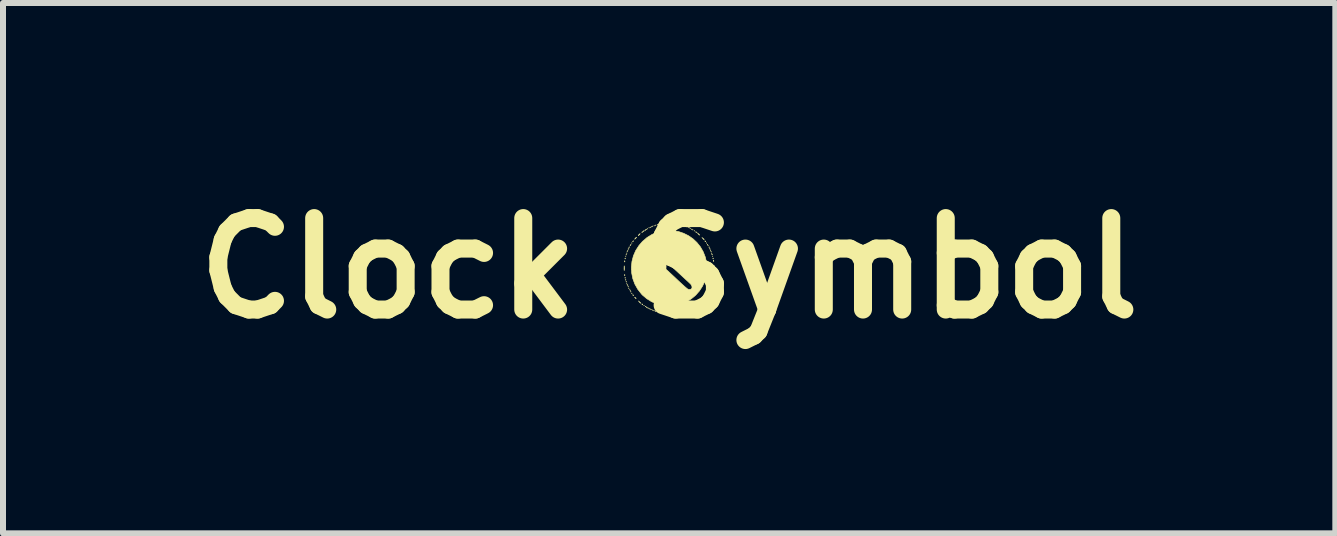
<source format=kicad_pcb>
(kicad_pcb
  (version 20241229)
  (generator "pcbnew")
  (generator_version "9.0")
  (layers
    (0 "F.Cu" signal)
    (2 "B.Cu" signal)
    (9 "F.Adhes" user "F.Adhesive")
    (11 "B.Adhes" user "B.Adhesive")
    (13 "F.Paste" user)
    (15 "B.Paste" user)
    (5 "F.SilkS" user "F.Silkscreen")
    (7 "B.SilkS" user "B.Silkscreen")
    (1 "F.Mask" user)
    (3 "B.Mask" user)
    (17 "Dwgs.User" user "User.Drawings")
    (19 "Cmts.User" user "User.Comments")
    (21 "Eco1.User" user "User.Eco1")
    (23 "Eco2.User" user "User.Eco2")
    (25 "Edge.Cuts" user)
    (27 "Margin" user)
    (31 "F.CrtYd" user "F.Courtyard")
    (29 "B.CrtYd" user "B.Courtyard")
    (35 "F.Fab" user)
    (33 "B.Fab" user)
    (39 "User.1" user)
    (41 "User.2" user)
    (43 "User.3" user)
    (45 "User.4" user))
  (footprint "Clock Symbol"
    (layer "F.Cu")
    (at 8.099 1.418)
    (property "Reference" "Clock Symbol" (at 0 0 0) (layer "F.SilkS") (effects (font (size 1.524 1.524) (thickness 0.3))))
    (attr through_hole)
    (fp_poly (pts (xy -0.72 -0.199) (xy -0.724 -0.195) (xy -0.728 -0.199) (xy -0.724 -0.203) (xy -0.72 -0.199)) (stroke (width 0.01) (type solid)) (fill yes) (layer "F.SilkS"))
    (fp_poly (pts (xy -0.711 -0.224) (xy -0.715 -0.22) (xy -0.72 -0.224) (xy -0.715 -0.229) (xy -0.711 -0.224)) (stroke (width 0.01) (type solid)) (fill yes) (layer "F.SilkS"))
    (fp_poly (pts (xy -0.711 0.224) (xy -0.715 0.229) (xy -0.72 0.224) (xy -0.715 0.22) (xy -0.711 0.224)) (stroke (width 0.01) (type solid)) (fill yes) (layer "F.SilkS"))
    (fp_poly (pts (xy -0.703 -0.25) (xy -0.707 -0.246) (xy -0.711 -0.25) (xy -0.707 -0.254) (xy -0.703 -0.25)) (stroke (width 0.01) (type solid)) (fill yes) (layer "F.SilkS"))
    (fp_poly (pts (xy -0.703 0.25) (xy -0.707 0.254) (xy -0.711 0.25) (xy -0.707 0.246) (xy -0.703 0.25)) (stroke (width 0.01) (type solid)) (fill yes) (layer "F.SilkS"))
    (fp_poly (pts (xy -0.694 -0.275) (xy -0.699 -0.271) (xy -0.703 -0.275) (xy -0.699 -0.279) (xy -0.694 -0.275)) (stroke (width 0.01) (type solid)) (fill yes) (layer "F.SilkS"))
    (fp_poly (pts (xy -0.694 0.275) (xy -0.699 0.279) (xy -0.703 0.275) (xy -0.699 0.271) (xy -0.694 0.275)) (stroke (width 0.01) (type solid)) (fill yes) (layer "F.SilkS"))
    (fp_poly (pts (xy -0.686 -0.292) (xy -0.69 -0.288) (xy -0.694 -0.292) (xy -0.69 -0.296) (xy -0.686 -0.292)) (stroke (width 0.01) (type solid)) (fill yes) (layer "F.SilkS"))
    (fp_poly (pts (xy -0.686 0.292) (xy -0.69 0.296) (xy -0.694 0.292) (xy -0.69 0.288) (xy -0.686 0.292)) (stroke (width 0.01) (type solid)) (fill yes) (layer "F.SilkS"))
    (fp_poly (pts (xy -0.677 -0.318) (xy -0.682 -0.313) (xy -0.686 -0.318) (xy -0.682 -0.322) (xy -0.677 -0.318)) (stroke (width 0.01) (type solid)) (fill yes) (layer "F.SilkS"))
    (fp_poly (pts (xy -0.677 0.309) (xy -0.682 0.313) (xy -0.686 0.309) (xy -0.682 0.305) (xy -0.677 0.309)) (stroke (width 0.01) (type solid)) (fill yes) (layer "F.SilkS"))
    (fp_poly (pts (xy -0.669 -0.334) (xy -0.673 -0.33) (xy -0.677 -0.334) (xy -0.673 -0.339) (xy -0.669 -0.334)) (stroke (width 0.01) (type solid)) (fill yes) (layer "F.SilkS"))
    (fp_poly (pts (xy -0.669 0.334) (xy -0.673 0.339) (xy -0.677 0.334) (xy -0.673 0.33) (xy -0.669 0.334)) (stroke (width 0.01) (type solid)) (fill yes) (layer "F.SilkS"))
    (fp_poly (pts (xy -0.66 -0.351) (xy -0.665 -0.347) (xy -0.669 -0.351) (xy -0.665 -0.356) (xy -0.66 -0.351)) (stroke (width 0.01) (type solid)) (fill yes) (layer "F.SilkS"))
    (fp_poly (pts (xy -0.652 0.36) (xy -0.656 0.364) (xy -0.66 0.36) (xy -0.656 0.356) (xy -0.652 0.36)) (stroke (width 0.01) (type solid)) (fill yes) (layer "F.SilkS"))
    (fp_poly (pts (xy -0.643 -0.377) (xy -0.648 -0.373) (xy -0.652 -0.377) (xy -0.648 -0.381) (xy -0.643 -0.377)) (stroke (width 0.01) (type solid)) (fill yes) (layer "F.SilkS"))
    (fp_poly (pts (xy -0.643 0.377) (xy -0.648 0.381) (xy -0.652 0.377) (xy -0.648 0.373) (xy -0.643 0.377)) (stroke (width 0.01) (type solid)) (fill yes) (layer "F.SilkS"))
    (fp_poly (pts (xy -0.635 -0.394) (xy -0.639 -0.389) (xy -0.643 -0.394) (xy -0.639 -0.398) (xy -0.635 -0.394)) (stroke (width 0.01) (type solid)) (fill yes) (layer "F.SilkS"))
    (fp_poly (pts (xy -0.635 0.394) (xy -0.639 0.398) (xy -0.643 0.394) (xy -0.639 0.389) (xy -0.635 0.394)) (stroke (width 0.01) (type solid)) (fill yes) (layer "F.SilkS"))
    (fp_poly (pts (xy -0.618 -0.419) (xy -0.622 -0.415) (xy -0.627 -0.419) (xy -0.622 -0.423) (xy -0.618 -0.419)) (stroke (width 0.01) (type solid)) (fill yes) (layer "F.SilkS"))
    (fp_poly (pts (xy -0.618 0.419) (xy -0.622 0.423) (xy -0.627 0.419) (xy -0.622 0.415) (xy -0.618 0.419)) (stroke (width 0.01) (type solid)) (fill yes) (layer "F.SilkS"))
    (fp_poly (pts (xy -0.415 0.622) (xy -0.419 0.627) (xy -0.423 0.622) (xy -0.419 0.618) (xy -0.415 0.622)) (stroke (width 0.01) (type solid)) (fill yes) (layer "F.SilkS"))
    (fp_poly (pts (xy -0.389 0.639) (xy -0.394 0.643) (xy -0.398 0.639) (xy -0.394 0.635) (xy -0.389 0.639)) (stroke (width 0.01) (type solid)) (fill yes) (layer "F.SilkS"))
    (fp_poly (pts (xy -0.373 -0.648) (xy -0.377 -0.643) (xy -0.381 -0.648) (xy -0.377 -0.652) (xy -0.373 -0.648)) (stroke (width 0.01) (type solid)) (fill yes) (layer "F.SilkS"))
    (fp_poly (pts (xy -0.356 -0.656) (xy -0.36 -0.652) (xy -0.364 -0.656) (xy -0.36 -0.66) (xy -0.356 -0.656)) (stroke (width 0.01) (type solid)) (fill yes) (layer "F.SilkS"))
    (fp_poly (pts (xy -0.347 0.665) (xy -0.351 0.669) (xy -0.356 0.665) (xy -0.351 0.66) (xy -0.347 0.665)) (stroke (width 0.01) (type solid)) (fill yes) (layer "F.SilkS"))
    (fp_poly (pts (xy -0.33 -0.673) (xy -0.334 -0.669) (xy -0.339 -0.673) (xy -0.334 -0.677) (xy -0.33 -0.673)) (stroke (width 0.01) (type solid)) (fill yes) (layer "F.SilkS"))
    (fp_poly (pts (xy -0.33 0.673) (xy -0.334 0.677) (xy -0.339 0.673) (xy -0.334 0.669) (xy -0.33 0.673)) (stroke (width 0.01) (type solid)) (fill yes) (layer "F.SilkS"))
    (fp_poly (pts (xy -0.313 0.682) (xy -0.318 0.686) (xy -0.322 0.682) (xy -0.318 0.677) (xy -0.313 0.682)) (stroke (width 0.01) (type solid)) (fill yes) (layer "F.SilkS"))
    (fp_poly (pts (xy -0.305 -0.682) (xy -0.309 -0.677) (xy -0.313 -0.682) (xy -0.309 -0.686) (xy -0.305 -0.682)) (stroke (width 0.01) (type solid)) (fill yes) (layer "F.SilkS"))
    (fp_poly (pts (xy -0.296 0.69) (xy -0.301 0.694) (xy -0.305 0.69) (xy -0.301 0.686) (xy -0.296 0.69)) (stroke (width 0.01) (type solid)) (fill yes) (layer "F.SilkS"))
    (fp_poly (pts (xy -0.288 -0.69) (xy -0.292 -0.686) (xy -0.296 -0.69) (xy -0.292 -0.694) (xy -0.288 -0.69)) (stroke (width 0.01) (type solid)) (fill yes) (layer "F.SilkS"))
    (fp_poly (pts (xy -0.271 -0.699) (xy -0.275 -0.694) (xy -0.279 -0.699) (xy -0.275 -0.703) (xy -0.271 -0.699)) (stroke (width 0.01) (type solid)) (fill yes) (layer "F.SilkS"))
    (fp_poly (pts (xy -0.271 0.699) (xy -0.275 0.703) (xy -0.279 0.699) (xy -0.275 0.694) (xy -0.271 0.699)) (stroke (width 0.01) (type solid)) (fill yes) (layer "F.SilkS"))
    (fp_poly (pts (xy -0.246 -0.707) (xy -0.25 -0.703) (xy -0.254 -0.707) (xy -0.25 -0.711) (xy -0.246 -0.707)) (stroke (width 0.01) (type solid)) (fill yes) (layer "F.SilkS"))
    (fp_poly (pts (xy -0.22 -0.715) (xy -0.224 -0.711) (xy -0.229 -0.715) (xy -0.224 -0.72) (xy -0.22 -0.715)) (stroke (width 0.01) (type solid)) (fill yes) (layer "F.SilkS"))
    (fp_poly (pts (xy -0.195 0.724) (xy -0.199 0.728) (xy -0.203 0.724) (xy -0.199 0.72) (xy -0.195 0.724)) (stroke (width 0.01) (type solid)) (fill yes) (layer "F.SilkS"))
    (fp_poly (pts (xy 0.203 -0.724) (xy 0.199 -0.72) (xy 0.195 -0.724) (xy 0.199 -0.728) (xy 0.203 -0.724)) (stroke (width 0.01) (type solid)) (fill yes) (layer "F.SilkS"))
    (fp_poly (pts (xy 0.203 0.724) (xy 0.199 0.728) (xy 0.195 0.724) (xy 0.199 0.72) (xy 0.203 0.724)) (stroke (width 0.01) (type solid)) (fill yes) (layer "F.SilkS"))
    (fp_poly (pts (xy 0.229 -0.715) (xy 0.224 -0.711) (xy 0.22 -0.715) (xy 0.224 -0.72) (xy 0.229 -0.715)) (stroke (width 0.01) (type solid)) (fill yes) (layer "F.SilkS"))
    (fp_poly (pts (xy 0.254 -0.707) (xy 0.25 -0.703) (xy 0.246 -0.707) (xy 0.25 -0.711) (xy 0.254 -0.707)) (stroke (width 0.01) (type solid)) (fill yes) (layer "F.SilkS"))
    (fp_poly (pts (xy 0.254 0.707) (xy 0.25 0.711) (xy 0.246 0.707) (xy 0.25 0.703) (xy 0.254 0.707)) (stroke (width 0.01) (type solid)) (fill yes) (layer "F.SilkS"))
    (fp_poly (pts (xy 0.279 -0.699) (xy 0.275 -0.694) (xy 0.271 -0.699) (xy 0.275 -0.703) (xy 0.279 -0.699)) (stroke (width 0.01) (type solid)) (fill yes) (layer "F.SilkS"))
    (fp_poly (pts (xy 0.279 0.699) (xy 0.275 0.703) (xy 0.271 0.699) (xy 0.275 0.694) (xy 0.279 0.699)) (stroke (width 0.01) (type solid)) (fill yes) (layer "F.SilkS"))
    (fp_poly (pts (xy 0.296 -0.69) (xy 0.292 -0.686) (xy 0.288 -0.69) (xy 0.292 -0.694) (xy 0.296 -0.69)) (stroke (width 0.01) (type solid)) (fill yes) (layer "F.SilkS"))
    (fp_poly (pts (xy 0.296 0.69) (xy 0.292 0.694) (xy 0.288 0.69) (xy 0.292 0.686) (xy 0.296 0.69)) (stroke (width 0.01) (type solid)) (fill yes) (layer "F.SilkS"))
    (fp_poly (pts (xy 0.322 -0.682) (xy 0.318 -0.677) (xy 0.313 -0.682) (xy 0.318 -0.686) (xy 0.322 -0.682)) (stroke (width 0.01) (type solid)) (fill yes) (layer "F.SilkS"))
    (fp_poly (pts (xy 0.322 0.682) (xy 0.318 0.686) (xy 0.313 0.682) (xy 0.318 0.677) (xy 0.322 0.682)) (stroke (width 0.01) (type solid)) (fill yes) (layer "F.SilkS"))
    (fp_poly (pts (xy 0.339 -0.673) (xy 0.334 -0.669) (xy 0.33 -0.673) (xy 0.334 -0.677) (xy 0.339 -0.673)) (stroke (width 0.01) (type solid)) (fill yes) (layer "F.SilkS"))
    (fp_poly (pts (xy 0.339 0.673) (xy 0.334 0.677) (xy 0.33 0.673) (xy 0.334 0.669) (xy 0.339 0.673)) (stroke (width 0.01) (type solid)) (fill yes) (layer "F.SilkS"))
    (fp_poly (pts (xy 0.356 -0.665) (xy 0.351 -0.66) (xy 0.347 -0.665) (xy 0.351 -0.669) (xy 0.356 -0.665)) (stroke (width 0.01) (type solid)) (fill yes) (layer "F.SilkS"))
    (fp_poly (pts (xy 0.356 0.665) (xy 0.351 0.669) (xy 0.347 0.665) (xy 0.351 0.66) (xy 0.356 0.665)) (stroke (width 0.01) (type solid)) (fill yes) (layer "F.SilkS"))
    (fp_poly (pts (xy 0.381 -0.648) (xy 0.377 -0.643) (xy 0.373 -0.648) (xy 0.377 -0.652) (xy 0.381 -0.648)) (stroke (width 0.01) (type solid)) (fill yes) (layer "F.SilkS"))
    (fp_poly (pts (xy 0.381 0.648) (xy 0.377 0.652) (xy 0.373 0.648) (xy 0.377 0.643) (xy 0.381 0.648)) (stroke (width 0.01) (type solid)) (fill yes) (layer "F.SilkS"))
    (fp_poly (pts (xy 0.398 -0.639) (xy 0.394 -0.635) (xy 0.389 -0.639) (xy 0.394 -0.643) (xy 0.398 -0.639)) (stroke (width 0.01) (type solid)) (fill yes) (layer "F.SilkS"))
    (fp_poly (pts (xy 0.398 0.639) (xy 0.394 0.643) (xy 0.389 0.639) (xy 0.394 0.635) (xy 0.398 0.639)) (stroke (width 0.01) (type solid)) (fill yes) (layer "F.SilkS"))
    (fp_poly (pts (xy 0.423 -0.622) (xy 0.419 -0.618) (xy 0.415 -0.622) (xy 0.419 -0.627) (xy 0.423 -0.622)) (stroke (width 0.01) (type solid)) (fill yes) (layer "F.SilkS"))
    (fp_poly (pts (xy 0.423 0.622) (xy 0.419 0.627) (xy 0.415 0.622) (xy 0.419 0.618) (xy 0.423 0.622)) (stroke (width 0.01) (type solid)) (fill yes) (layer "F.SilkS"))
    (fp_poly (pts (xy 0.61 0.445) (xy 0.605 0.449) (xy 0.601 0.445) (xy 0.605 0.44) (xy 0.61 0.445)) (stroke (width 0.01) (type solid)) (fill yes) (layer "F.SilkS"))
    (fp_poly (pts (xy 0.627 -0.419) (xy 0.622 -0.415) (xy 0.618 -0.419) (xy 0.622 -0.423) (xy 0.627 -0.419)) (stroke (width 0.01) (type solid)) (fill yes) (layer "F.SilkS"))
    (fp_poly (pts (xy 0.627 0.419) (xy 0.622 0.423) (xy 0.618 0.419) (xy 0.622 0.415) (xy 0.627 0.419)) (stroke (width 0.01) (type solid)) (fill yes) (layer "F.SilkS"))
    (fp_poly (pts (xy 0.643 -0.394) (xy 0.639 -0.389) (xy 0.635 -0.394) (xy 0.639 -0.398) (xy 0.643 -0.394)) (stroke (width 0.01) (type solid)) (fill yes) (layer "F.SilkS"))
    (fp_poly (pts (xy 0.643 0.394) (xy 0.639 0.398) (xy 0.635 0.394) (xy 0.639 0.389) (xy 0.643 0.394)) (stroke (width 0.01) (type solid)) (fill yes) (layer "F.SilkS"))
    (fp_poly (pts (xy 0.652 -0.377) (xy 0.648 -0.373) (xy 0.643 -0.377) (xy 0.648 -0.381) (xy 0.652 -0.377)) (stroke (width 0.01) (type solid)) (fill yes) (layer "F.SilkS"))
    (fp_poly (pts (xy 0.669 -0.351) (xy 0.665 -0.347) (xy 0.66 -0.351) (xy 0.665 -0.356) (xy 0.669 -0.351)) (stroke (width 0.01) (type solid)) (fill yes) (layer "F.SilkS"))
    (fp_poly (pts (xy 0.669 0.351) (xy 0.665 0.356) (xy 0.66 0.351) (xy 0.665 0.347) (xy 0.669 0.351)) (stroke (width 0.01) (type solid)) (fill yes) (layer "F.SilkS"))
    (fp_poly (pts (xy 0.677 -0.334) (xy 0.673 -0.33) (xy 0.669 -0.334) (xy 0.673 -0.339) (xy 0.677 -0.334)) (stroke (width 0.01) (type solid)) (fill yes) (layer "F.SilkS"))
    (fp_poly (pts (xy 0.677 0.334) (xy 0.673 0.339) (xy 0.669 0.334) (xy 0.673 0.33) (xy 0.677 0.334)) (stroke (width 0.01) (type solid)) (fill yes) (layer "F.SilkS"))
    (fp_poly (pts (xy 0.686 -0.318) (xy 0.682 -0.313) (xy 0.677 -0.318) (xy 0.682 -0.322) (xy 0.686 -0.318)) (stroke (width 0.01) (type solid)) (fill yes) (layer "F.SilkS"))
    (fp_poly (pts (xy 0.686 0.318) (xy 0.682 0.322) (xy 0.677 0.318) (xy 0.682 0.313) (xy 0.686 0.318)) (stroke (width 0.01) (type solid)) (fill yes) (layer "F.SilkS"))
    (fp_poly (pts (xy 0.694 -0.292) (xy 0.69 -0.288) (xy 0.686 -0.292) (xy 0.69 -0.296) (xy 0.694 -0.292)) (stroke (width 0.01) (type solid)) (fill yes) (layer "F.SilkS"))
    (fp_poly (pts (xy 0.694 0.301) (xy 0.69 0.305) (xy 0.686 0.301) (xy 0.69 0.296) (xy 0.694 0.301)) (stroke (width 0.01) (type solid)) (fill yes) (layer "F.SilkS"))
    (fp_poly (pts (xy 0.703 -0.275) (xy 0.699 -0.271) (xy 0.694 -0.275) (xy 0.699 -0.279) (xy 0.703 -0.275)) (stroke (width 0.01) (type solid)) (fill yes) (layer "F.SilkS"))
    (fp_poly (pts (xy 0.703 0.275) (xy 0.699 0.279) (xy 0.694 0.275) (xy 0.699 0.271) (xy 0.703 0.275)) (stroke (width 0.01) (type solid)) (fill yes) (layer "F.SilkS"))
    (fp_poly (pts (xy 0.711 -0.25) (xy 0.707 -0.246) (xy 0.703 -0.25) (xy 0.707 -0.254) (xy 0.711 -0.25)) (stroke (width 0.01) (type solid)) (fill yes) (layer "F.SilkS"))
    (fp_poly (pts (xy 0.728 -0.199) (xy 0.724 -0.195) (xy 0.72 -0.199) (xy 0.724 -0.203) (xy 0.728 -0.199)) (stroke (width 0.01) (type solid)) (fill yes) (layer "F.SilkS"))
    (fp_poly (pts (xy 0.728 0.199) (xy 0.724 0.203) (xy 0.72 0.199) (xy 0.724 0.195) (xy 0.728 0.199)) (stroke (width 0.01) (type solid)) (fill yes) (layer "F.SilkS"))
    (fp_poly (pts (xy -0.739 -0.12) (xy -0.738 -0.107) (xy -0.74 -0.104) (xy -0.744 -0.106) (xy -0.744 -0.115) (xy -0.742 -0.124) (xy -0.739 -0.12)) (stroke (width 0.01) (type solid)) (fill yes) (layer "F.SilkS"))
    (fp_poly (pts (xy -0.739 0.108) (xy -0.738 0.122) (xy -0.74 0.125) (xy -0.744 0.122) (xy -0.744 0.114) (xy -0.742 0.105) (xy -0.739 0.108)) (stroke (width 0.01) (type solid)) (fill yes) (layer "F.SilkS"))
    (fp_poly (pts (xy -0.731 -0.167) (xy -0.73 -0.156) (xy -0.731 -0.155) (xy -0.736 -0.156) (xy -0.737 -0.161) (xy -0.734 -0.168) (xy -0.731 -0.167)) (stroke (width 0.01) (type solid)) (fill yes) (layer "F.SilkS"))
    (fp_poly (pts (xy -0.731 0.155) (xy -0.73 0.165) (xy -0.731 0.167) (xy -0.736 0.165) (xy -0.737 0.161) (xy -0.734 0.154) (xy -0.731 0.155)) (stroke (width 0.01) (type solid)) (fill yes) (layer "F.SilkS"))
    (fp_poly (pts (xy -0.722 0.189) (xy -0.721 0.199) (xy -0.722 0.2) (xy -0.728 0.199) (xy -0.728 0.195) (xy -0.725 0.188) (xy -0.722 0.189)) (stroke (width 0.01) (type solid)) (fill yes) (layer "F.SilkS"))
    (fp_poly (pts (xy -0.248 0.706) (xy -0.25 0.711) (xy -0.254 0.711) (xy -0.261 0.708) (xy -0.26 0.706) (xy -0.25 0.705) (xy -0.248 0.706)) (stroke (width 0.01) (type solid)) (fill yes) (layer "F.SilkS"))
    (fp_poly (pts (xy -0.223 0.714) (xy -0.224 0.719) (xy -0.229 0.72) (xy -0.236 0.717) (xy -0.234 0.714) (xy -0.224 0.713) (xy -0.223 0.714)) (stroke (width 0.01) (type solid)) (fill yes) (layer "F.SilkS"))
    (fp_poly (pts (xy -0.189 -0.725) (xy -0.19 -0.72) (xy -0.195 -0.72) (xy -0.202 -0.723) (xy -0.2 -0.725) (xy -0.19 -0.726) (xy -0.189 -0.725)) (stroke (width 0.01) (type solid)) (fill yes) (layer "F.SilkS"))
    (fp_poly (pts (xy -0.164 0.731) (xy -0.165 0.736) (xy -0.169 0.737) (xy -0.176 0.734) (xy -0.175 0.731) (xy -0.165 0.73) (xy -0.164 0.731)) (stroke (width 0.01) (type solid)) (fill yes) (layer "F.SilkS"))
    (fp_poly (pts (xy -0.155 -0.734) (xy -0.156 -0.729) (xy -0.161 -0.728) (xy -0.168 -0.731) (xy -0.167 -0.734) (xy -0.156 -0.735) (xy -0.155 -0.734)) (stroke (width 0.01) (type solid)) (fill yes) (layer "F.SilkS"))
    (fp_poly (pts (xy -0.112 0.74) (xy -0.115 0.744) (xy -0.123 0.744) (xy -0.133 0.742) (xy -0.129 0.739) (xy -0.115 0.738) (xy -0.112 0.74)) (stroke (width 0.01) (type solid)) (fill yes) (layer "F.SilkS"))
    (fp_poly (pts (xy -0.104 -0.742) (xy -0.106 -0.738) (xy -0.115 -0.737) (xy -0.124 -0.739) (xy -0.12 -0.742) (xy -0.107 -0.743) (xy -0.104 -0.742)) (stroke (width 0.01) (type solid)) (fill yes) (layer "F.SilkS"))
    (fp_poly (pts (xy 0.124 0.739) (xy 0.123 0.744) (xy 0.119 0.745) (xy 0.112 0.742) (xy 0.113 0.739) (xy 0.123 0.738) (xy 0.124 0.739)) (stroke (width 0.01) (type solid)) (fill yes) (layer "F.SilkS"))
    (fp_poly (pts (xy 0.125 -0.742) (xy 0.122 -0.738) (xy 0.114 -0.737) (xy 0.105 -0.739) (xy 0.108 -0.742) (xy 0.122 -0.743) (xy 0.125 -0.742)) (stroke (width 0.01) (type solid)) (fill yes) (layer "F.SilkS"))
    (fp_poly (pts (xy 0.167 -0.734) (xy 0.165 -0.729) (xy 0.161 -0.728) (xy 0.154 -0.731) (xy 0.155 -0.734) (xy 0.165 -0.735) (xy 0.167 -0.734)) (stroke (width 0.01) (type solid)) (fill yes) (layer "F.SilkS"))
    (fp_poly (pts (xy 0.167 0.731) (xy 0.165 0.736) (xy 0.161 0.737) (xy 0.154 0.734) (xy 0.155 0.731) (xy 0.165 0.73) (xy 0.167 0.731)) (stroke (width 0.01) (type solid)) (fill yes) (layer "F.SilkS"))
    (fp_poly (pts (xy 0.234 0.714) (xy 0.233 0.719) (xy 0.229 0.72) (xy 0.222 0.717) (xy 0.223 0.714) (xy 0.233 0.713) (xy 0.234 0.714)) (stroke (width 0.01) (type solid)) (fill yes) (layer "F.SilkS"))
    (fp_poly (pts (xy 0.708 0.248) (xy 0.709 0.258) (xy 0.708 0.26) (xy 0.703 0.258) (xy 0.703 0.254) (xy 0.706 0.247) (xy 0.708 0.248)) (stroke (width 0.01) (type solid)) (fill yes) (layer "F.SilkS"))
    (fp_poly (pts (xy 0.717 -0.234) (xy 0.718 -0.224) (xy 0.717 -0.223) (xy 0.712 -0.224) (xy 0.711 -0.229) (xy 0.714 -0.236) (xy 0.717 -0.234)) (stroke (width 0.01) (type solid)) (fill yes) (layer "F.SilkS"))
    (fp_poly (pts (xy 0.717 0.223) (xy 0.718 0.233) (xy 0.717 0.234) (xy 0.712 0.233) (xy 0.711 0.229) (xy 0.714 0.222) (xy 0.717 0.223)) (stroke (width 0.01) (type solid)) (fill yes) (layer "F.SilkS"))
    (fp_poly (pts (xy 0.734 -0.167) (xy 0.735 -0.156) (xy 0.734 -0.155) (xy 0.729 -0.156) (xy 0.728 -0.161) (xy 0.731 -0.168) (xy 0.734 -0.167)) (stroke (width 0.01) (type solid)) (fill yes) (layer "F.SilkS"))
    (fp_poly (pts (xy 0.734 0.164) (xy 0.735 0.174) (xy 0.734 0.175) (xy 0.729 0.174) (xy 0.728 0.169) (xy 0.731 0.162) (xy 0.734 0.164)) (stroke (width 0.01) (type solid)) (fill yes) (layer "F.SilkS"))
    (fp_poly (pts (xy 0.742 -0.129) (xy 0.743 -0.115) (xy 0.742 -0.112) (xy 0.738 -0.115) (xy 0.737 -0.123) (xy 0.739 -0.133) (xy 0.742 -0.129)) (stroke (width 0.01) (type solid)) (fill yes) (layer "F.SilkS"))
    (fp_poly (pts (xy 0.742 0.117) (xy 0.743 0.13) (xy 0.742 0.133) (xy 0.738 0.131) (xy 0.737 0.122) (xy 0.739 0.113) (xy 0.742 0.117)) (stroke (width 0.01) (type solid)) (fill yes) (layer "F.SilkS"))
    (fp_poly (pts (xy -0.602 0.444) (xy -0.593 0.452) (xy -0.595 0.457) (xy -0.596 0.457) (xy -0.604 0.451) (xy -0.606 0.447) (xy -0.607 0.442) (xy -0.602 0.444)) (stroke (width 0.01) (type solid)) (fill yes) (layer "F.SilkS"))
    (fp_poly (pts (xy -0.493 0.562) (xy -0.477 0.577) (xy -0.475 0.584) (xy -0.477 0.584) (xy -0.484 0.578) (xy -0.496 0.565) (xy -0.512 0.546) (xy -0.493 0.562)) (stroke (width 0.01) (type solid)) (fill yes) (layer "F.SilkS"))
    (fp_poly (pts (xy -0.45 0.596) (xy -0.441 0.605) (xy -0.443 0.61) (xy -0.444 0.61) (xy -0.451 0.604) (xy -0.454 0.6) (xy -0.455 0.594) (xy -0.45 0.596)) (stroke (width 0.01) (type solid)) (fill yes) (layer "F.SilkS"))
    (fp_poly (pts (xy -0.374 0.647) (xy -0.365 0.655) (xy -0.367 0.66) (xy -0.368 0.66) (xy -0.375 0.654) (xy -0.378 0.651) (xy -0.379 0.645) (xy -0.374 0.647)) (stroke (width 0.01) (type solid)) (fill yes) (layer "F.SilkS"))
    (fp_poly (pts (xy 0.447 -0.606) (xy 0.457 -0.598) (xy 0.455 -0.593) (xy 0.453 -0.593) (xy 0.446 -0.599) (xy 0.444 -0.602) (xy 0.443 -0.608) (xy 0.447 -0.606)) (stroke (width 0.01) (type solid)) (fill yes) (layer "F.SilkS"))
    (fp_poly (pts (xy 0.489 -0.572) (xy 0.505 -0.557) (xy 0.507 -0.551) (xy 0.505 -0.55) (xy 0.498 -0.556) (xy 0.486 -0.569) (xy 0.47 -0.588) (xy 0.489 -0.572)) (stroke (width 0.01) (type solid)) (fill yes) (layer "F.SilkS"))
    (fp_poly (pts (xy 0.565 -0.496) (xy 0.579 -0.484) (xy 0.584 -0.477) (xy 0.58 -0.475) (xy 0.568 -0.486) (xy 0.562 -0.493) (xy 0.546 -0.512) (xy 0.565 -0.496)) (stroke (width 0.01) (type solid)) (fill yes) (layer "F.SilkS"))
    (fp_poly (pts (xy 0.6 -0.454) (xy 0.609 -0.445) (xy 0.607 -0.44) (xy 0.606 -0.44) (xy 0.599 -0.446) (xy 0.596 -0.45) (xy 0.595 -0.456) (xy 0.6 -0.454)) (stroke (width 0.01) (type solid)) (fill yes) (layer "F.SilkS"))
    (fp_poly (pts (xy -0.595 -0.452) (xy -0.597 -0.449) (xy -0.605 -0.441) (xy -0.606 -0.44) (xy -0.607 -0.446) (xy -0.605 -0.449) (xy -0.597 -0.457) (xy -0.596 -0.457) (xy -0.595 -0.452)) (stroke (width 0.01) (type solid)) (fill yes) (layer "F.SilkS"))
    (fp_poly (pts (xy -0.571 0.485) (xy -0.565 0.49) (xy -0.553 0.5) (xy -0.55 0.505) (xy -0.554 0.507) (xy -0.566 0.496) (xy -0.568 0.493) (xy -0.576 0.483) (xy -0.571 0.485)) (stroke (width 0.01) (type solid)) (fill yes) (layer "F.SilkS"))
    (fp_poly (pts (xy -0.545 -0.511) (xy -0.555 -0.5) (xy -0.567 -0.487) (xy -0.574 -0.483) (xy -0.572 -0.488) (xy -0.563 -0.5) (xy -0.55 -0.512) (xy -0.543 -0.516) (xy -0.545 -0.511)) (stroke (width 0.01) (type solid)) (fill yes) (layer "F.SilkS"))
    (fp_poly (pts (xy -0.486 -0.57) (xy -0.495 -0.559) (xy -0.508 -0.546) (xy -0.515 -0.542) (xy -0.513 -0.547) (xy -0.504 -0.559) (xy -0.491 -0.571) (xy -0.484 -0.576) (xy -0.486 -0.57)) (stroke (width 0.01) (type solid)) (fill yes) (layer "F.SilkS"))
    (fp_poly (pts (xy -0.443 -0.604) (xy -0.445 -0.601) (xy -0.452 -0.593) (xy -0.454 -0.593) (xy -0.455 -0.598) (xy -0.453 -0.601) (xy -0.445 -0.609) (xy -0.444 -0.61) (xy -0.443 -0.604)) (stroke (width 0.01) (type solid)) (fill yes) (layer "F.SilkS"))
    (fp_poly (pts (xy -0.418 -0.621) (xy -0.419 -0.618) (xy -0.427 -0.61) (xy -0.429 -0.61) (xy -0.429 -0.615) (xy -0.428 -0.618) (xy -0.42 -0.626) (xy -0.418 -0.627) (xy -0.418 -0.621)) (stroke (width 0.01) (type solid)) (fill yes) (layer "F.SilkS"))
    (fp_poly (pts (xy -0.392 -0.638) (xy -0.394 -0.635) (xy -0.402 -0.627) (xy -0.403 -0.627) (xy -0.404 -0.632) (xy -0.402 -0.635) (xy -0.394 -0.643) (xy -0.393 -0.643) (xy -0.392 -0.638)) (stroke (width 0.01) (type solid)) (fill yes) (layer "F.SilkS"))
    (fp_poly (pts (xy 0.455 0.598) (xy 0.453 0.601) (xy 0.445 0.609) (xy 0.444 0.61) (xy 0.443 0.604) (xy 0.445 0.601) (xy 0.452 0.593) (xy 0.454 0.593) (xy 0.455 0.598)) (stroke (width 0.01) (type solid)) (fill yes) (layer "F.SilkS"))
    (fp_poly (pts (xy 0.497 0.563) (xy 0.492 0.569) (xy 0.48 0.583) (xy 0.474 0.582) (xy 0.474 0.581) (xy 0.48 0.574) (xy 0.489 0.566) (xy 0.499 0.559) (xy 0.497 0.563)) (stroke (width 0.01) (type solid)) (fill yes) (layer "F.SilkS"))
    (fp_poly (pts (xy 0.582 0.479) (xy 0.577 0.485) (xy 0.564 0.498) (xy 0.559 0.498) (xy 0.559 0.496) (xy 0.565 0.489) (xy 0.574 0.482) (xy 0.584 0.474) (xy 0.582 0.479)) (stroke (width 0.01) (type solid)) (fill yes) (layer "F.SilkS"))
    (fp_poly (pts (xy 0.658 0.37) (xy 0.656 0.373) (xy 0.648 0.381) (xy 0.647 0.381) (xy 0.646 0.376) (xy 0.648 0.373) (xy 0.656 0.364) (xy 0.657 0.364) (xy 0.658 0.37)) (stroke (width 0.01) (type solid)) (fill yes) (layer "F.SilkS"))
    (fp_poly (pts (xy -0.748 -0.036) (xy -0.747 -0.032) (xy -0.746 0.000042) (xy -0.747 0.032) (xy -0.749 0.039) (xy -0.75 0.031) (xy -0.751 0.01) (xy -0.751 0) (xy -0.75 -0.025) (xy -0.749 -0.038) (xy -0.748 -0.036)) (stroke (width 0.01) (type solid)) (fill yes) (layer "F.SilkS"))
    (fp_poly (pts (xy 0.032 -0.751) (xy 0.039 -0.75) (xy 0.031 -0.749) (xy 0.01 -0.748) (xy 0 -0.748) (xy -0.025 -0.748) (xy -0.038 -0.749) (xy -0.036 -0.751) (xy -0.032 -0.751) (xy 0.000042 -0.753) (xy 0.032 -0.751)) (stroke (width 0.01) (type solid)) (fill yes) (layer "F.SilkS"))
    (fp_poly (pts (xy 0.032 0.747) (xy 0.036 0.747) (xy 0.044 0.749) (xy 0.038 0.75) (xy 0.017 0.75) (xy 0 0.751) (xy -0.027 0.75) (xy -0.042 0.749) (xy -0.043 0.748) (xy -0.036 0.747) (xy -0.002 0.746) (xy 0.032 0.747)) (stroke (width 0.01) (type solid)) (fill yes) (layer "F.SilkS"))
    (fp_poly (pts (xy 0.751 -0.036) (xy 0.753 -0.002) (xy 0.752 0.032) (xy 0.751 0.036) (xy 0.75 0.044) (xy 0.749 0.038) (xy 0.748 0.017) (xy 0.748 0) (xy 0.748 -0.027) (xy 0.749 -0.042) (xy 0.75 -0.043) (xy 0.751 -0.036)) (stroke (width 0.01) (type solid)) (fill yes) (layer "F.SilkS"))
    (fp_poly (pts (xy 0.069 -0.627) (xy 0.157 -0.61) (xy 0.242 -0.581) (xy 0.322 -0.541) (xy 0.396 -0.49) (xy 0.462 -0.428) (xy 0.52 -0.356) (xy 0.567 -0.274) (xy 0.603 -0.183) (xy 0.625 -0.083) (xy 0.627 -0.075) (xy 0.632 0.023) (xy 0.621 0.119) (xy 0.596 0.211) (xy 0.557 0.297) (xy 0.506 0.377) (xy 0.443 0.449) (xy 0.37 0.51) (xy 0.287 0.561) (xy 0.197 0.599) (xy 0.106 0.622) (xy 0.049 0.63) (xy 0.001 0.634) (xy -0.047 0.631) (xy -0.102 0.623) (xy -0.113 0.621) (xy -0.204 0.597) (xy -0.292 0.559) (xy -0.374 0.508) (xy -0.446 0.447) (xy -0.46 0.432) (xy -0.523 0.352) (xy -0.572 0.265) (xy -0.606 0.174) (xy -0.625 0.079) (xy -0.628 0.017) (xy -0.053 0.017) (xy 0.018 0.083) (xy 0.086 0.146) (xy 0.142 0.199) (xy 0.188 0.242) (xy 0.225 0.276) (xy 0.254 0.302) (xy 0.277 0.322) (xy 0.294 0.336) (xy 0.306 0.346) (xy 0.316 0.351) (xy 0.323 0.354) (xy 0.329 0.355) (xy 0.335 0.355) (xy 0.357 0.352) (xy 0.371 0.345) (xy 0.381 0.324) (xy 0.378 0.298) (xy 0.363 0.271) (xy 0.353 0.26) (xy 0.339 0.247) (xy 0.315 0.224) (xy 0.282 0.194) (xy 0.244 0.159) (xy 0.203 0.121) (xy 0.188 0.107) (xy 0.051 -0.02) (xy 0.051 -0.202) (xy 0.051 -0.263) (xy 0.05 -0.31) (xy 0.049 -0.344) (xy 0.047 -0.368) (xy 0.044 -0.384) (xy 0.041 -0.394) (xy 0.037 -0.399) (xy 0.014 -0.413) (xy -0.012 -0.412) (xy -0.027 -0.404) (xy -0.032 -0.399) (xy -0.035 -0.388) (xy -0.038 -0.37) (xy -0.04 -0.344) (xy -0.043 -0.306) (xy -0.045 -0.256) (xy -0.047 -0.19) (xy -0.047 -0.188) (xy -0.053 0.017) (xy -0.628 0.017) (xy -0.63 -0.017) (xy -0.62 -0.112) (xy -0.596 -0.205) (xy -0.557 -0.294) (xy -0.503 -0.378) (xy -0.445 -0.445) (xy -0.368 -0.511) (xy -0.285 -0.562) (xy -0.199 -0.599) (xy -0.11 -0.622) (xy -0.02 -0.631) (xy 0.069 -0.627)) (stroke (width 0.01) (type solid)) (fill yes) (layer "F.SilkS")))
  (gr_rect
    (start -3 -3)
    (end 19.198 5.836)
    (stroke (width 0.1) (type default))
    (fill no)
    (layer "Edge.Cuts")))
</source>
